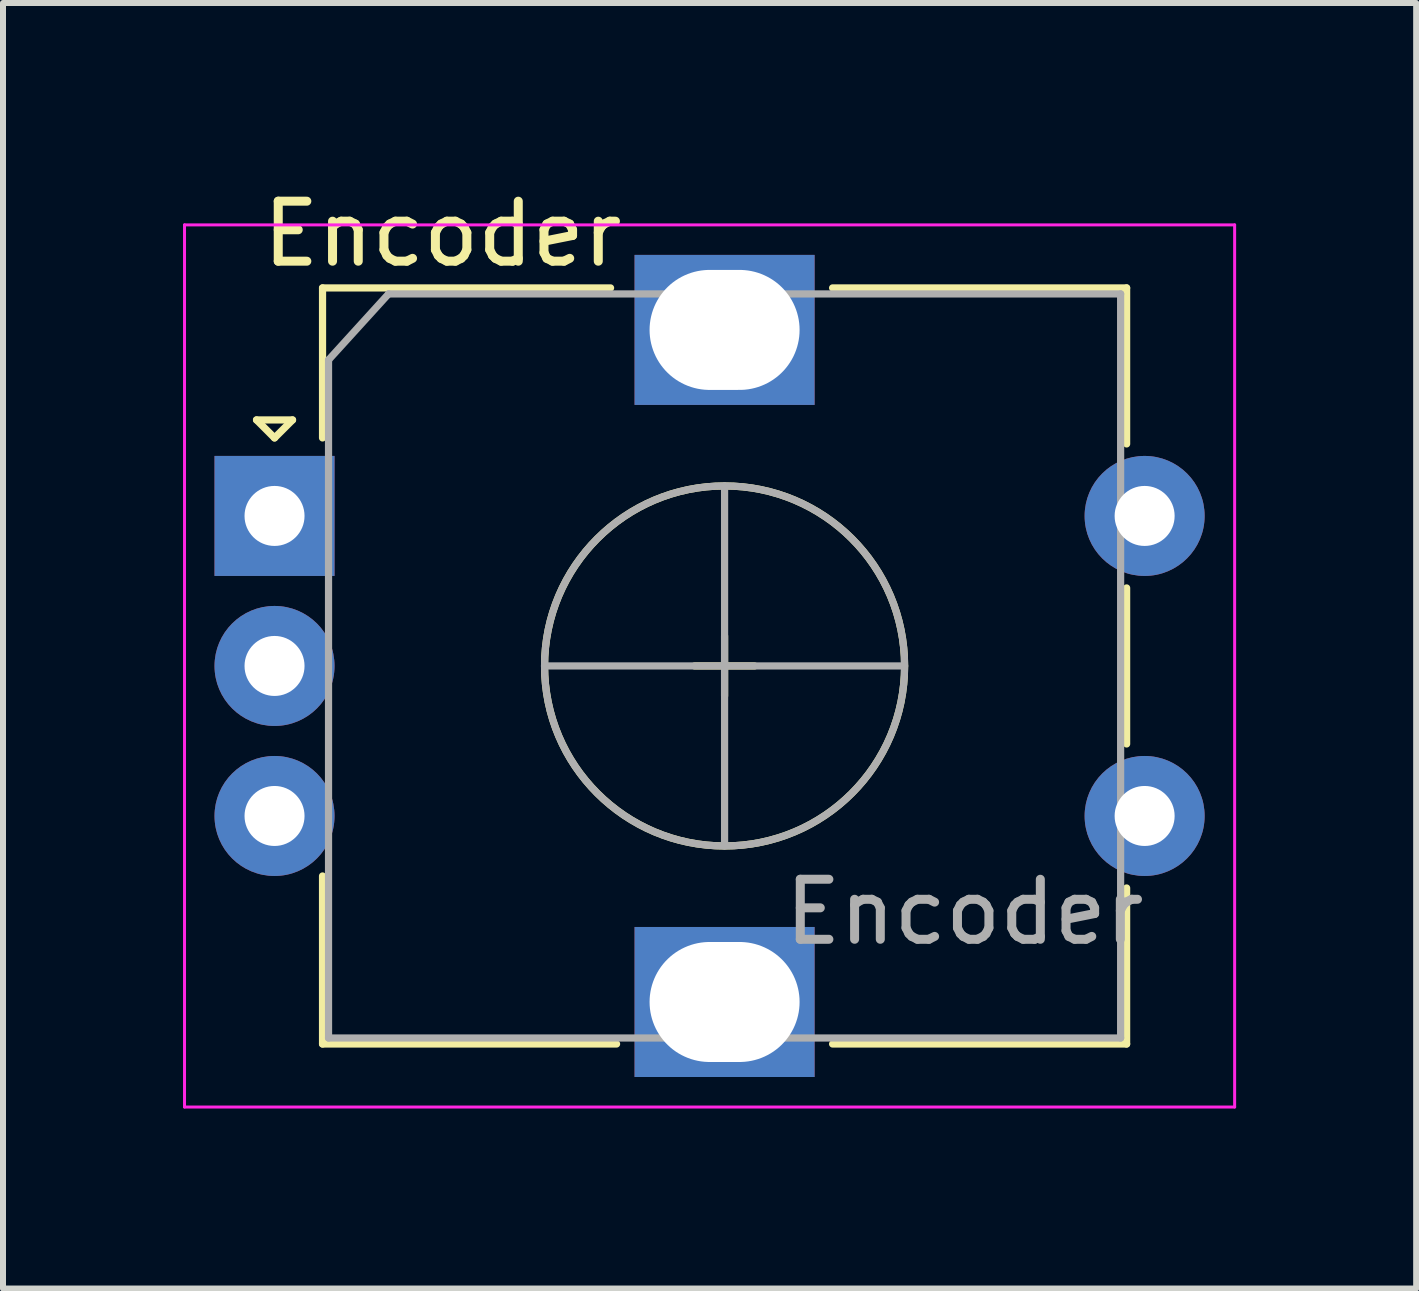
<source format=kicad_pcb>
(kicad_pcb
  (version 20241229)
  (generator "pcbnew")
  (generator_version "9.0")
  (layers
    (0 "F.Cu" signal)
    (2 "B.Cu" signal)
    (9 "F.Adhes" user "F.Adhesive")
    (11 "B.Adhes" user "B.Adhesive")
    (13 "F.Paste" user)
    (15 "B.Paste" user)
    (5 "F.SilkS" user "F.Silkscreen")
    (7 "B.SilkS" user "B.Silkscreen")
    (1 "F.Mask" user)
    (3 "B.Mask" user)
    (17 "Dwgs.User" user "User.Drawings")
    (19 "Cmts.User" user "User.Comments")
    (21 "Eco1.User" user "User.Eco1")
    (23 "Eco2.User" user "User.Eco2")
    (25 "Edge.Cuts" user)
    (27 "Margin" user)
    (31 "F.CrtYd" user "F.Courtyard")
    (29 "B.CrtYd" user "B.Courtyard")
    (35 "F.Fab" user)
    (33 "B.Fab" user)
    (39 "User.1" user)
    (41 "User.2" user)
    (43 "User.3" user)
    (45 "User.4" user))
  (footprint "Encoder"
    (layer "F.Cu")
    (at 1.525 5.548)
    (property "Reference" "Encoder" (at 2.8 -4.7 0) (layer "F.SilkS") (effects (font (size 1 1) (thickness 0.15))))
    (attr through_hole)
    (fp_line (start -0.3 -1.6) (end 0.3 -1.6) (stroke (width 0.12) (type solid)) (layer "F.SilkS"))
    (fp_line (start 0 -1.3) (end -0.3 -1.6) (stroke (width 0.12) (type solid)) (layer "F.SilkS"))
    (fp_line (start 0.3 -1.6) (end 0 -1.3) (stroke (width 0.12) (type solid)) (layer "F.SilkS"))
    (fp_line (start 0.8 -3.8) (end 0.8 -1.3) (stroke (width 0.12) (type solid)) (layer "F.SilkS"))
    (fp_line (start 0.8 8.8) (end 0.8 6) (stroke (width 0.12) (type solid)) (layer "F.SilkS"))
    (fp_line (start 5.6 -3.8) (end 0.8 -3.8) (stroke (width 0.12) (type solid)) (layer "F.SilkS"))
    (fp_line (start 5.7 8.8) (end 0.8 8.8) (stroke (width 0.12) (type solid)) (layer "F.SilkS"))
    (fp_line (start 7 2.5) (end 8 2.5) (stroke (width 0.12) (type solid)) (layer "F.SilkS"))
    (fp_line (start 7.5 2) (end 7.5 3) (stroke (width 0.12) (type solid)) (layer "F.SilkS"))
    (fp_line (start 9.3 -3.8) (end 14.2 -3.8) (stroke (width 0.12) (type solid)) (layer "F.SilkS"))
    (fp_line (start 14.2 -3.8) (end 14.2 -1.2) (stroke (width 0.12) (type solid)) (layer "F.SilkS"))
    (fp_line (start 14.2 1.2) (end 14.2 3.8) (stroke (width 0.12) (type solid)) (layer "F.SilkS"))
    (fp_line (start 14.2 6.2) (end 14.2 8.8) (stroke (width 0.12) (type solid)) (layer "F.SilkS"))
    (fp_line (start 14.2 8.8) (end 9.3 8.8) (stroke (width 0.12) (type solid)) (layer "F.SilkS"))
    (fp_circle (center 7.5 2.5) (end 10.5 2.5) (stroke (width 0.12) (type solid)) (fill no) (layer "F.SilkS"))
    (fp_line (start -1.5 -4.85) (end -1.5 9.85) (stroke (width 0.05) (type solid)) (layer "F.CrtYd"))
    (fp_line (start -1.5 -4.85) (end 16 -4.85) (stroke (width 0.05) (type solid)) (layer "F.CrtYd"))
    (fp_line (start 16 9.85) (end -1.5 9.85) (stroke (width 0.05) (type solid)) (layer "F.CrtYd"))
    (fp_line (start 16 9.85) (end 16 -4.85) (stroke (width 0.05) (type solid)) (layer "F.CrtYd"))
    (fp_line (start 0.9 -2.6) (end 1.9 -3.7) (stroke (width 0.12) (type solid)) (layer "F.Fab"))
    (fp_line (start 0.9 8.7) (end 0.9 -2.6) (stroke (width 0.12) (type solid)) (layer "F.Fab"))
    (fp_line (start 1.9 -3.7) (end 14.1 -3.7) (stroke (width 0.12) (type solid)) (layer "F.Fab"))
    (fp_line (start 4.5 2.5) (end 10.5 2.5) (stroke (width 0.12) (type solid)) (layer "F.Fab"))
    (fp_line (start 7.5 -0.5) (end 7.5 5.5) (stroke (width 0.12) (type solid)) (layer "F.Fab"))
    (fp_line (start 14.1 -3.7) (end 14.1 8.7) (stroke (width 0.12) (type solid)) (layer "F.Fab"))
    (fp_line (start 14.1 8.7) (end 0.9 8.7) (stroke (width 0.12) (type solid)) (layer "F.Fab"))
    (fp_circle (center 7.5 2.5) (end 10.5 2.5) (stroke (width 0.12) (type solid)) (fill no) (layer "F.Fab"))
    (fp_text user "${REFERENCE}" (at 11.5 6.6 0) (layer "F.Fab") (effects (font (size 1 1) (thickness 0.15))))
    (pad "A" thru_hole rect (at 0 0) (size 2 2) (drill 1) (layers "*.Cu" "*.Mask"))
    (pad "B" thru_hole circle (at 0 5) (size 2 2) (drill 1) (layers "*.Cu" "*.Mask"))
    (pad "C" thru_hole circle (at 0 2.5) (size 2 2) (drill 1) (layers "*.Cu" "*.Mask"))
    (pad "MP" thru_hole rect (at 7.5 -3.1) (size 3 2.5) (drill oval 2.5 2) (layers "*.Cu" "*.Mask"))
    (pad "MP" thru_hole rect (at 7.5 8.1) (size 3 2.5) (drill oval 2.5 2) (layers "*.Cu" "*.Mask"))
    (pad "S1" thru_hole circle (at 14.5 0) (size 2 2) (drill 1) (layers "*.Cu" "*.Mask"))
    (pad "S2" thru_hole circle (at 14.5 5) (size 2 2) (drill 1) (layers "*.Cu" "*.Mask")))
  (gr_rect
    (start -3 -3)
    (end 20.55 18.423)
    (stroke (width 0.1) (type default))
    (fill no)
    (layer "Edge.Cuts")))
</source>
